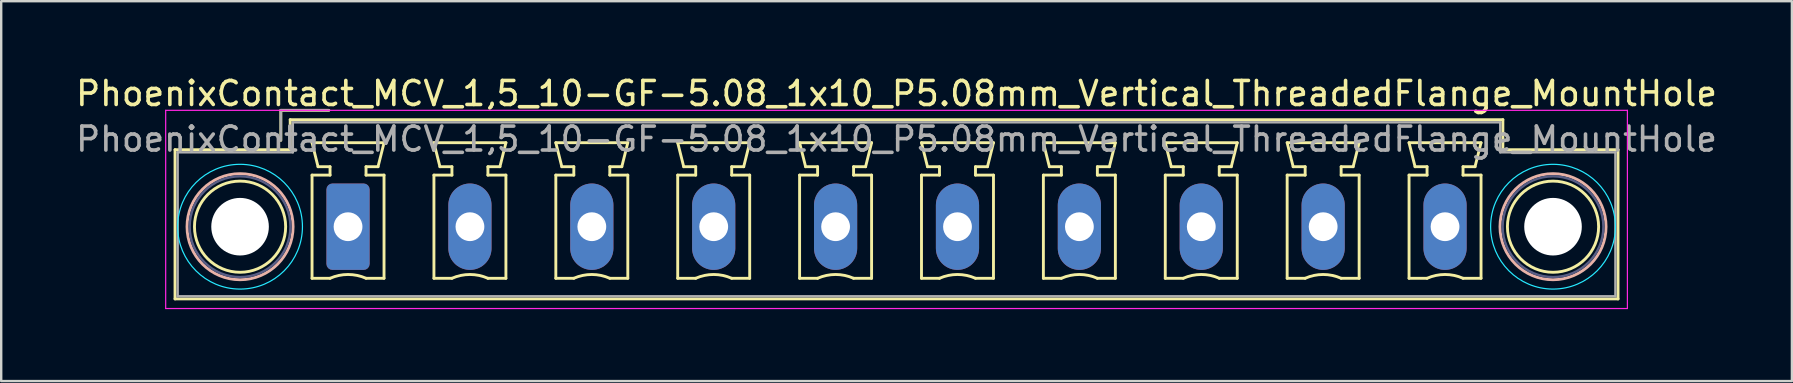
<source format=kicad_pcb>
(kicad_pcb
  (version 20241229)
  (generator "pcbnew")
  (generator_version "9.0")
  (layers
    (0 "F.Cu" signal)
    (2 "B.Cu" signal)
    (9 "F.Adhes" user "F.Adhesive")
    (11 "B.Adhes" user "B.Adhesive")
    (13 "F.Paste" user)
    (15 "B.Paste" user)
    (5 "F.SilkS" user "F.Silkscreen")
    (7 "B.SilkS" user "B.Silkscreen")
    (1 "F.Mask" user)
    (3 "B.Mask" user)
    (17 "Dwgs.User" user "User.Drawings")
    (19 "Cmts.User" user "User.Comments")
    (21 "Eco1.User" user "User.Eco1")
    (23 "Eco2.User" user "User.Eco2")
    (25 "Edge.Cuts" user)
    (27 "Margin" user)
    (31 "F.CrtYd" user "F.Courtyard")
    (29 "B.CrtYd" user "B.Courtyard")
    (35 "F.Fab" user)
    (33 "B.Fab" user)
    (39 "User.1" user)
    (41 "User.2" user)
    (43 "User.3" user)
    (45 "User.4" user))
  (footprint "PhoenixContact_MCV_1,5_10-GF-5.08_1x10_P5.08mm_Vertical_ThreadedFlange_MountHole"
    (layer "F.Cu")
    (at 11.455 6.398)
    (property "Reference" "PhoenixContact_MCV_1,5_10-GF-5.08_1x10_P5.08mm_Vertical_ThreadedFlange_MountHole" (at 22.86 -5.55 0) (layer "F.SilkS") (effects (font (size 1 1) (thickness 0.15))))
    (attr through_hole)
    (fp_line (start -7.21 -3.21) (end -7.21 3.01) (stroke (width 0.12) (type solid)) (layer "F.SilkS"))
    (fp_line (start -7.21 3.01) (end 52.93 3.01) (stroke (width 0.12) (type solid)) (layer "F.SilkS"))
    (fp_line (start -2.8 -4.85) (end -0.8 -4.85) (stroke (width 0.12) (type solid)) (layer "F.SilkS"))
    (fp_line (start -2.8 -3.6) (end -2.8 -4.85) (stroke (width 0.12) (type solid)) (layer "F.SilkS"))
    (fp_line (start -2.41 -4.46) (end -2.41 -3.21) (stroke (width 0.12) (type solid)) (layer "F.SilkS"))
    (fp_line (start -2.41 -3.21) (end -7.21 -3.21) (stroke (width 0.12) (type solid)) (layer "F.SilkS"))
    (fp_line (start -1.5 -3.5) (end 1.5 -3.5) (stroke (width 0.12) (type solid)) (layer "F.SilkS"))
    (fp_line (start -1.5 -2.15) (end -0.75 -2.15) (stroke (width 0.12) (type solid)) (layer "F.SilkS"))
    (fp_line (start -1.5 2.15) (end -1.5 -2.15) (stroke (width 0.12) (type solid)) (layer "F.SilkS"))
    (fp_line (start -1.25 -2.5) (end -1.5 -3.5) (stroke (width 0.12) (type solid)) (layer "F.SilkS"))
    (fp_line (start -0.75 -2.5) (end -1.25 -2.5) (stroke (width 0.12) (type solid)) (layer "F.SilkS"))
    (fp_line (start -0.75 -2.15) (end -0.75 -2.5) (stroke (width 0.12) (type solid)) (layer "F.SilkS"))
    (fp_line (start -0.75 2.15) (end -1.5 2.15) (stroke (width 0.12) (type solid)) (layer "F.SilkS"))
    (fp_line (start 0.75 -2.5) (end 0.75 -2.15) (stroke (width 0.12) (type solid)) (layer "F.SilkS"))
    (fp_line (start 0.75 -2.15) (end 1.5 -2.15) (stroke (width 0.12) (type solid)) (layer "F.SilkS"))
    (fp_line (start 1.25 -2.5) (end 0.75 -2.5) (stroke (width 0.12) (type solid)) (layer "F.SilkS"))
    (fp_line (start 1.5 -3.5) (end 1.25 -2.5) (stroke (width 0.12) (type solid)) (layer "F.SilkS"))
    (fp_line (start 1.5 -2.15) (end 1.5 2.15) (stroke (width 0.12) (type solid)) (layer "F.SilkS"))
    (fp_line (start 1.5 2.15) (end 0.75 2.15) (stroke (width 0.12) (type solid)) (layer "F.SilkS"))
    (fp_line (start 3.58 -3.5) (end 6.58 -3.5) (stroke (width 0.12) (type solid)) (layer "F.SilkS"))
    (fp_line (start 3.58 -2.15) (end 4.33 -2.15) (stroke (width 0.12) (type solid)) (layer "F.SilkS"))
    (fp_line (start 3.58 2.15) (end 3.58 -2.15) (stroke (width 0.12) (type solid)) (layer "F.SilkS"))
    (fp_line (start 3.83 -2.5) (end 3.58 -3.5) (stroke (width 0.12) (type solid)) (layer "F.SilkS"))
    (fp_line (start 4.33 -2.5) (end 3.83 -2.5) (stroke (width 0.12) (type solid)) (layer "F.SilkS"))
    (fp_line (start 4.33 -2.15) (end 4.33 -2.5) (stroke (width 0.12) (type solid)) (layer "F.SilkS"))
    (fp_line (start 4.33 2.15) (end 3.58 2.15) (stroke (width 0.12) (type solid)) (layer "F.SilkS"))
    (fp_line (start 5.83 -2.5) (end 5.83 -2.15) (stroke (width 0.12) (type solid)) (layer "F.SilkS"))
    (fp_line (start 5.83 -2.15) (end 6.58 -2.15) (stroke (width 0.12) (type solid)) (layer "F.SilkS"))
    (fp_line (start 6.33 -2.5) (end 5.83 -2.5) (stroke (width 0.12) (type solid)) (layer "F.SilkS"))
    (fp_line (start 6.58 -3.5) (end 6.33 -2.5) (stroke (width 0.12) (type solid)) (layer "F.SilkS"))
    (fp_line (start 6.58 -2.15) (end 6.58 2.15) (stroke (width 0.12) (type solid)) (layer "F.SilkS"))
    (fp_line (start 6.58 2.15) (end 5.83 2.15) (stroke (width 0.12) (type solid)) (layer "F.SilkS"))
    (fp_line (start 8.66 -3.5) (end 11.66 -3.5) (stroke (width 0.12) (type solid)) (layer "F.SilkS"))
    (fp_line (start 8.66 -2.15) (end 9.41 -2.15) (stroke (width 0.12) (type solid)) (layer "F.SilkS"))
    (fp_line (start 8.66 2.15) (end 8.66 -2.15) (stroke (width 0.12) (type solid)) (layer "F.SilkS"))
    (fp_line (start 8.91 -2.5) (end 8.66 -3.5) (stroke (width 0.12) (type solid)) (layer "F.SilkS"))
    (fp_line (start 9.41 -2.5) (end 8.91 -2.5) (stroke (width 0.12) (type solid)) (layer "F.SilkS"))
    (fp_line (start 9.41 -2.15) (end 9.41 -2.5) (stroke (width 0.12) (type solid)) (layer "F.SilkS"))
    (fp_line (start 9.41 2.15) (end 8.66 2.15) (stroke (width 0.12) (type solid)) (layer "F.SilkS"))
    (fp_line (start 10.91 -2.5) (end 10.91 -2.15) (stroke (width 0.12) (type solid)) (layer "F.SilkS"))
    (fp_line (start 10.91 -2.15) (end 11.66 -2.15) (stroke (width 0.12) (type solid)) (layer "F.SilkS"))
    (fp_line (start 11.41 -2.5) (end 10.91 -2.5) (stroke (width 0.12) (type solid)) (layer "F.SilkS"))
    (fp_line (start 11.66 -3.5) (end 11.41 -2.5) (stroke (width 0.12) (type solid)) (layer "F.SilkS"))
    (fp_line (start 11.66 -2.15) (end 11.66 2.15) (stroke (width 0.12) (type solid)) (layer "F.SilkS"))
    (fp_line (start 11.66 2.15) (end 10.91 2.15) (stroke (width 0.12) (type solid)) (layer "F.SilkS"))
    (fp_line (start 13.74 -3.5) (end 16.74 -3.5) (stroke (width 0.12) (type solid)) (layer "F.SilkS"))
    (fp_line (start 13.74 -2.15) (end 14.49 -2.15) (stroke (width 0.12) (type solid)) (layer "F.SilkS"))
    (fp_line (start 13.74 2.15) (end 13.74 -2.15) (stroke (width 0.12) (type solid)) (layer "F.SilkS"))
    (fp_line (start 13.99 -2.5) (end 13.74 -3.5) (stroke (width 0.12) (type solid)) (layer "F.SilkS"))
    (fp_line (start 14.49 -2.5) (end 13.99 -2.5) (stroke (width 0.12) (type solid)) (layer "F.SilkS"))
    (fp_line (start 14.49 -2.15) (end 14.49 -2.5) (stroke (width 0.12) (type solid)) (layer "F.SilkS"))
    (fp_line (start 14.49 2.15) (end 13.74 2.15) (stroke (width 0.12) (type solid)) (layer "F.SilkS"))
    (fp_line (start 15.99 -2.5) (end 15.99 -2.15) (stroke (width 0.12) (type solid)) (layer "F.SilkS"))
    (fp_line (start 15.99 -2.15) (end 16.74 -2.15) (stroke (width 0.12) (type solid)) (layer "F.SilkS"))
    (fp_line (start 16.49 -2.5) (end 15.99 -2.5) (stroke (width 0.12) (type solid)) (layer "F.SilkS"))
    (fp_line (start 16.74 -3.5) (end 16.49 -2.5) (stroke (width 0.12) (type solid)) (layer "F.SilkS"))
    (fp_line (start 16.74 -2.15) (end 16.74 2.15) (stroke (width 0.12) (type solid)) (layer "F.SilkS"))
    (fp_line (start 16.74 2.15) (end 15.99 2.15) (stroke (width 0.12) (type solid)) (layer "F.SilkS"))
    (fp_line (start 18.82 -3.5) (end 21.82 -3.5) (stroke (width 0.12) (type solid)) (layer "F.SilkS"))
    (fp_line (start 18.82 -2.15) (end 19.57 -2.15) (stroke (width 0.12) (type solid)) (layer "F.SilkS"))
    (fp_line (start 18.82 2.15) (end 18.82 -2.15) (stroke (width 0.12) (type solid)) (layer "F.SilkS"))
    (fp_line (start 19.07 -2.5) (end 18.82 -3.5) (stroke (width 0.12) (type solid)) (layer "F.SilkS"))
    (fp_line (start 19.57 -2.5) (end 19.07 -2.5) (stroke (width 0.12) (type solid)) (layer "F.SilkS"))
    (fp_line (start 19.57 -2.15) (end 19.57 -2.5) (stroke (width 0.12) (type solid)) (layer "F.SilkS"))
    (fp_line (start 19.57 2.15) (end 18.82 2.15) (stroke (width 0.12) (type solid)) (layer "F.SilkS"))
    (fp_line (start 21.07 -2.5) (end 21.07 -2.15) (stroke (width 0.12) (type solid)) (layer "F.SilkS"))
    (fp_line (start 21.07 -2.15) (end 21.82 -2.15) (stroke (width 0.12) (type solid)) (layer "F.SilkS"))
    (fp_line (start 21.57 -2.5) (end 21.07 -2.5) (stroke (width 0.12) (type solid)) (layer "F.SilkS"))
    (fp_line (start 21.82 -3.5) (end 21.57 -2.5) (stroke (width 0.12) (type solid)) (layer "F.SilkS"))
    (fp_line (start 21.82 -2.15) (end 21.82 2.15) (stroke (width 0.12) (type solid)) (layer "F.SilkS"))
    (fp_line (start 21.82 2.15) (end 21.07 2.15) (stroke (width 0.12) (type solid)) (layer "F.SilkS"))
    (fp_line (start 23.9 -3.5) (end 26.9 -3.5) (stroke (width 0.12) (type solid)) (layer "F.SilkS"))
    (fp_line (start 23.9 -2.15) (end 24.65 -2.15) (stroke (width 0.12) (type solid)) (layer "F.SilkS"))
    (fp_line (start 23.9 2.15) (end 23.9 -2.15) (stroke (width 0.12) (type solid)) (layer "F.SilkS"))
    (fp_line (start 24.15 -2.5) (end 23.9 -3.5) (stroke (width 0.12) (type solid)) (layer "F.SilkS"))
    (fp_line (start 24.65 -2.5) (end 24.15 -2.5) (stroke (width 0.12) (type solid)) (layer "F.SilkS"))
    (fp_line (start 24.65 -2.15) (end 24.65 -2.5) (stroke (width 0.12) (type solid)) (layer "F.SilkS"))
    (fp_line (start 24.65 2.15) (end 23.9 2.15) (stroke (width 0.12) (type solid)) (layer "F.SilkS"))
    (fp_line (start 26.15 -2.5) (end 26.15 -2.15) (stroke (width 0.12) (type solid)) (layer "F.SilkS"))
    (fp_line (start 26.15 -2.15) (end 26.9 -2.15) (stroke (width 0.12) (type solid)) (layer "F.SilkS"))
    (fp_line (start 26.65 -2.5) (end 26.15 -2.5) (stroke (width 0.12) (type solid)) (layer "F.SilkS"))
    (fp_line (start 26.9 -3.5) (end 26.65 -2.5) (stroke (width 0.12) (type solid)) (layer "F.SilkS"))
    (fp_line (start 26.9 -2.15) (end 26.9 2.15) (stroke (width 0.12) (type solid)) (layer "F.SilkS"))
    (fp_line (start 26.9 2.15) (end 26.15 2.15) (stroke (width 0.12) (type solid)) (layer "F.SilkS"))
    (fp_line (start 28.98 -3.5) (end 31.98 -3.5) (stroke (width 0.12) (type solid)) (layer "F.SilkS"))
    (fp_line (start 28.98 -2.15) (end 29.73 -2.15) (stroke (width 0.12) (type solid)) (layer "F.SilkS"))
    (fp_line (start 28.98 2.15) (end 28.98 -2.15) (stroke (width 0.12) (type solid)) (layer "F.SilkS"))
    (fp_line (start 29.23 -2.5) (end 28.98 -3.5) (stroke (width 0.12) (type solid)) (layer "F.SilkS"))
    (fp_line (start 29.73 -2.5) (end 29.23 -2.5) (stroke (width 0.12) (type solid)) (layer "F.SilkS"))
    (fp_line (start 29.73 -2.15) (end 29.73 -2.5) (stroke (width 0.12) (type solid)) (layer "F.SilkS"))
    (fp_line (start 29.73 2.15) (end 28.98 2.15) (stroke (width 0.12) (type solid)) (layer "F.SilkS"))
    (fp_line (start 31.23 -2.5) (end 31.23 -2.15) (stroke (width 0.12) (type solid)) (layer "F.SilkS"))
    (fp_line (start 31.23 -2.15) (end 31.98 -2.15) (stroke (width 0.12) (type solid)) (layer "F.SilkS"))
    (fp_line (start 31.73 -2.5) (end 31.23 -2.5) (stroke (width 0.12) (type solid)) (layer "F.SilkS"))
    (fp_line (start 31.98 -3.5) (end 31.73 -2.5) (stroke (width 0.12) (type solid)) (layer "F.SilkS"))
    (fp_line (start 31.98 -2.15) (end 31.98 2.15) (stroke (width 0.12) (type solid)) (layer "F.SilkS"))
    (fp_line (start 31.98 2.15) (end 31.23 2.15) (stroke (width 0.12) (type solid)) (layer "F.SilkS"))
    (fp_line (start 34.06 -3.5) (end 37.06 -3.5) (stroke (width 0.12) (type solid)) (layer "F.SilkS"))
    (fp_line (start 34.06 -2.15) (end 34.81 -2.15) (stroke (width 0.12) (type solid)) (layer "F.SilkS"))
    (fp_line (start 34.06 2.15) (end 34.06 -2.15) (stroke (width 0.12) (type solid)) (layer "F.SilkS"))
    (fp_line (start 34.31 -2.5) (end 34.06 -3.5) (stroke (width 0.12) (type solid)) (layer "F.SilkS"))
    (fp_line (start 34.81 -2.5) (end 34.31 -2.5) (stroke (width 0.12) (type solid)) (layer "F.SilkS"))
    (fp_line (start 34.81 -2.15) (end 34.81 -2.5) (stroke (width 0.12) (type solid)) (layer "F.SilkS"))
    (fp_line (start 34.81 2.15) (end 34.06 2.15) (stroke (width 0.12) (type solid)) (layer "F.SilkS"))
    (fp_line (start 36.31 -2.5) (end 36.31 -2.15) (stroke (width 0.12) (type solid)) (layer "F.SilkS"))
    (fp_line (start 36.31 -2.15) (end 37.06 -2.15) (stroke (width 0.12) (type solid)) (layer "F.SilkS"))
    (fp_line (start 36.81 -2.5) (end 36.31 -2.5) (stroke (width 0.12) (type solid)) (layer "F.SilkS"))
    (fp_line (start 37.06 -3.5) (end 36.81 -2.5) (stroke (width 0.12) (type solid)) (layer "F.SilkS"))
    (fp_line (start 37.06 -2.15) (end 37.06 2.15) (stroke (width 0.12) (type solid)) (layer "F.SilkS"))
    (fp_line (start 37.06 2.15) (end 36.31 2.15) (stroke (width 0.12) (type solid)) (layer "F.SilkS"))
    (fp_line (start 39.14 -3.5) (end 42.14 -3.5) (stroke (width 0.12) (type solid)) (layer "F.SilkS"))
    (fp_line (start 39.14 -2.15) (end 39.89 -2.15) (stroke (width 0.12) (type solid)) (layer "F.SilkS"))
    (fp_line (start 39.14 2.15) (end 39.14 -2.15) (stroke (width 0.12) (type solid)) (layer "F.SilkS"))
    (fp_line (start 39.39 -2.5) (end 39.14 -3.5) (stroke (width 0.12) (type solid)) (layer "F.SilkS"))
    (fp_line (start 39.89 -2.5) (end 39.39 -2.5) (stroke (width 0.12) (type solid)) (layer "F.SilkS"))
    (fp_line (start 39.89 -2.15) (end 39.89 -2.5) (stroke (width 0.12) (type solid)) (layer "F.SilkS"))
    (fp_line (start 39.89 2.15) (end 39.14 2.15) (stroke (width 0.12) (type solid)) (layer "F.SilkS"))
    (fp_line (start 41.39 -2.5) (end 41.39 -2.15) (stroke (width 0.12) (type solid)) (layer "F.SilkS"))
    (fp_line (start 41.39 -2.15) (end 42.14 -2.15) (stroke (width 0.12) (type solid)) (layer "F.SilkS"))
    (fp_line (start 41.89 -2.5) (end 41.39 -2.5) (stroke (width 0.12) (type solid)) (layer "F.SilkS"))
    (fp_line (start 42.14 -3.5) (end 41.89 -2.5) (stroke (width 0.12) (type solid)) (layer "F.SilkS"))
    (fp_line (start 42.14 -2.15) (end 42.14 2.15) (stroke (width 0.12) (type solid)) (layer "F.SilkS"))
    (fp_line (start 42.14 2.15) (end 41.39 2.15) (stroke (width 0.12) (type solid)) (layer "F.SilkS"))
    (fp_line (start 44.22 -3.5) (end 47.22 -3.5) (stroke (width 0.12) (type solid)) (layer "F.SilkS"))
    (fp_line (start 44.22 -2.15) (end 44.97 -2.15) (stroke (width 0.12) (type solid)) (layer "F.SilkS"))
    (fp_line (start 44.22 2.15) (end 44.22 -2.15) (stroke (width 0.12) (type solid)) (layer "F.SilkS"))
    (fp_line (start 44.47 -2.5) (end 44.22 -3.5) (stroke (width 0.12) (type solid)) (layer "F.SilkS"))
    (fp_line (start 44.97 -2.5) (end 44.47 -2.5) (stroke (width 0.12) (type solid)) (layer "F.SilkS"))
    (fp_line (start 44.97 -2.15) (end 44.97 -2.5) (stroke (width 0.12) (type solid)) (layer "F.SilkS"))
    (fp_line (start 44.97 2.15) (end 44.22 2.15) (stroke (width 0.12) (type solid)) (layer "F.SilkS"))
    (fp_line (start 46.47 -2.5) (end 46.47 -2.15) (stroke (width 0.12) (type solid)) (layer "F.SilkS"))
    (fp_line (start 46.47 -2.15) (end 47.22 -2.15) (stroke (width 0.12) (type solid)) (layer "F.SilkS"))
    (fp_line (start 46.97 -2.5) (end 46.47 -2.5) (stroke (width 0.12) (type solid)) (layer "F.SilkS"))
    (fp_line (start 47.22 -3.5) (end 46.97 -2.5) (stroke (width 0.12) (type solid)) (layer "F.SilkS"))
    (fp_line (start 47.22 -2.15) (end 47.22 2.15) (stroke (width 0.12) (type solid)) (layer "F.SilkS"))
    (fp_line (start 47.22 2.15) (end 46.47 2.15) (stroke (width 0.12) (type solid)) (layer "F.SilkS"))
    (fp_line (start 48.13 -4.46) (end -2.41 -4.46) (stroke (width 0.12) (type solid)) (layer "F.SilkS"))
    (fp_line (start 48.13 -3.21) (end 48.13 -4.46) (stroke (width 0.12) (type solid)) (layer "F.SilkS"))
    (fp_line (start 52.93 -3.21) (end 48.13 -3.21) (stroke (width 0.12) (type solid)) (layer "F.SilkS"))
    (fp_line (start 52.93 3.01) (end 52.93 -3.21) (stroke (width 0.12) (type solid)) (layer "F.SilkS"))
    (fp_arc (start -0.75 2.15) (mid -0.000193 1.99191) (end 0.749647 2.149844) (stroke (width 0.12) (type solid)) (layer "F.SilkS"))
    (fp_arc (start 4.33 2.15) (mid 5.079807 1.99191) (end 5.829647 2.149844) (stroke (width 0.12) (type solid)) (layer "F.SilkS"))
    (fp_arc (start 9.41 2.15) (mid 10.159807 1.99191) (end 10.909647 2.149844) (stroke (width 0.12) (type solid)) (layer "F.SilkS"))
    (fp_arc (start 14.49 2.15) (mid 15.239807 1.99191) (end 15.989647 2.149844) (stroke (width 0.12) (type solid)) (layer "F.SilkS"))
    (fp_arc (start 19.57 2.15) (mid 20.319807 1.99191) (end 21.069647 2.149844) (stroke (width 0.12) (type solid)) (layer "F.SilkS"))
    (fp_arc (start 24.65 2.15) (mid 25.399807 1.99191) (end 26.149647 2.149844) (stroke (width 0.12) (type solid)) (layer "F.SilkS"))
    (fp_arc (start 29.73 2.15) (mid 30.479807 1.99191) (end 31.229647 2.149844) (stroke (width 0.12) (type solid)) (layer "F.SilkS"))
    (fp_arc (start 34.81 2.15) (mid 35.559807 1.99191) (end 36.309647 2.149844) (stroke (width 0.12) (type solid)) (layer "F.SilkS"))
    (fp_arc (start 39.89 2.15) (mid 40.639807 1.99191) (end 41.389647 2.149844) (stroke (width 0.12) (type solid)) (layer "F.SilkS"))
    (fp_arc (start 44.97 2.15) (mid 45.719807 1.99191) (end 46.469647 2.149844) (stroke (width 0.12) (type solid)) (layer "F.SilkS"))
    (fp_circle (center -4.5 0) (end -2.6 0) (stroke (width 0.12) (type solid)) (fill no) (layer "F.SilkS"))
    (fp_circle (center 50.22 0) (end 52.12 0) (stroke (width 0.12) (type solid)) (fill no) (layer "F.SilkS"))
    (fp_circle (center -4.5 0) (end -2.29 0) (stroke (width 0.12) (type solid)) (fill no) (layer "B.SilkS"))
    (fp_circle (center 50.22 0) (end 52.43 0) (stroke (width 0.12) (type solid)) (fill no) (layer "B.SilkS"))
    (fp_circle (center -4.5 0) (end -1.9 0) (stroke (width 0.05) (type solid)) (fill no) (layer "B.CrtYd"))
    (fp_circle (center 50.22 0) (end 52.82 0) (stroke (width 0.05) (type solid)) (fill no) (layer "B.CrtYd"))
    (fp_line (start -7.6 -4.85) (end -7.6 3.41) (stroke (width 0.05) (type solid)) (layer "F.CrtYd"))
    (fp_line (start -7.6 3.41) (end 53.32 3.41) (stroke (width 0.05) (type solid)) (layer "F.CrtYd"))
    (fp_line (start 53.32 -4.85) (end -7.6 -4.85) (stroke (width 0.05) (type solid)) (layer "F.CrtYd"))
    (fp_line (start 53.32 3.41) (end 53.32 -4.85) (stroke (width 0.05) (type solid)) (layer "F.CrtYd"))
    (fp_circle (center -4.5 0) (end -2.4 0) (stroke (width 0.1) (type solid)) (fill no) (layer "B.Fab"))
    (fp_circle (center 50.22 0) (end 52.32 0) (stroke (width 0.1) (type solid)) (fill no) (layer "B.Fab"))
    (fp_line (start -7.1 -3.1) (end -7.1 2.9) (stroke (width 0.1) (type solid)) (layer "F.Fab"))
    (fp_line (start -7.1 2.9) (end 52.82 2.9) (stroke (width 0.1) (type solid)) (layer "F.Fab"))
    (fp_line (start -2.8 -4.85) (end -0.8 -4.85) (stroke (width 0.1) (type solid)) (layer "F.Fab"))
    (fp_line (start -2.8 -3.6) (end -2.8 -4.85) (stroke (width 0.1) (type solid)) (layer "F.Fab"))
    (fp_line (start -2.3 -4.35) (end -2.3 -3.1) (stroke (width 0.1) (type solid)) (layer "F.Fab"))
    (fp_line (start -2.3 -3.1) (end -7.1 -3.1) (stroke (width 0.1) (type solid)) (layer "F.Fab"))
    (fp_line (start 48.02 -4.35) (end -2.3 -4.35) (stroke (width 0.1) (type solid)) (layer "F.Fab"))
    (fp_line (start 48.02 -3.1) (end 48.02 -4.35) (stroke (width 0.1) (type solid)) (layer "F.Fab"))
    (fp_line (start 52.82 -3.1) (end 48.02 -3.1) (stroke (width 0.1) (type solid)) (layer "F.Fab"))
    (fp_line (start 52.82 2.9) (end 52.82 -3.1) (stroke (width 0.1) (type solid)) (layer "F.Fab"))
    (fp_text user "${REFERENCE}" (at 22.86 -3.65 0) (layer "F.Fab") (effects (font (size 1 1) (thickness 0.15))))
    (pad "" np_thru_hole circle (at -4.5 0) (size 2.4 2.4) (drill 2.4) (layers "*.Cu" "*.Mask"))
    (pad "" np_thru_hole circle (at 50.22 0) (size 2.4 2.4) (drill 2.4) (layers "*.Cu" "*.Mask"))
    (pad "1" thru_hole roundrect (at 0 0) (size 1.8 3.6) (drill 1.2) (layers "*.Cu" "*.Mask") (roundrect_rratio 0.139))
    (pad "2" thru_hole oval (at 5.08 0) (size 1.8 3.6) (drill 1.2) (layers "*.Cu" "*.Mask"))
    (pad "3" thru_hole oval (at 10.16 0) (size 1.8 3.6) (drill 1.2) (layers "*.Cu" "*.Mask"))
    (pad "4" thru_hole oval (at 15.24 0) (size 1.8 3.6) (drill 1.2) (layers "*.Cu" "*.Mask"))
    (pad "5" thru_hole oval (at 20.32 0) (size 1.8 3.6) (drill 1.2) (layers "*.Cu" "*.Mask"))
    (pad "6" thru_hole oval (at 25.4 0) (size 1.8 3.6) (drill 1.2) (layers "*.Cu" "*.Mask"))
    (pad "7" thru_hole oval (at 30.48 0) (size 1.8 3.6) (drill 1.2) (layers "*.Cu" "*.Mask"))
    (pad "8" thru_hole oval (at 35.56 0) (size 1.8 3.6) (drill 1.2) (layers "*.Cu" "*.Mask"))
    (pad "9" thru_hole oval (at 40.64 0) (size 1.8 3.6) (drill 1.2) (layers "*.Cu" "*.Mask"))
    (pad "10" thru_hole oval (at 45.72 0) (size 1.8 3.6) (drill 1.2) (layers "*.Cu" "*.Mask")))
  (gr_rect
    (start -3 -3)
    (end 71.631 12.833)
    (stroke (width 0.1) (type default))
    (fill no)
    (layer "Edge.Cuts")))
</source>
